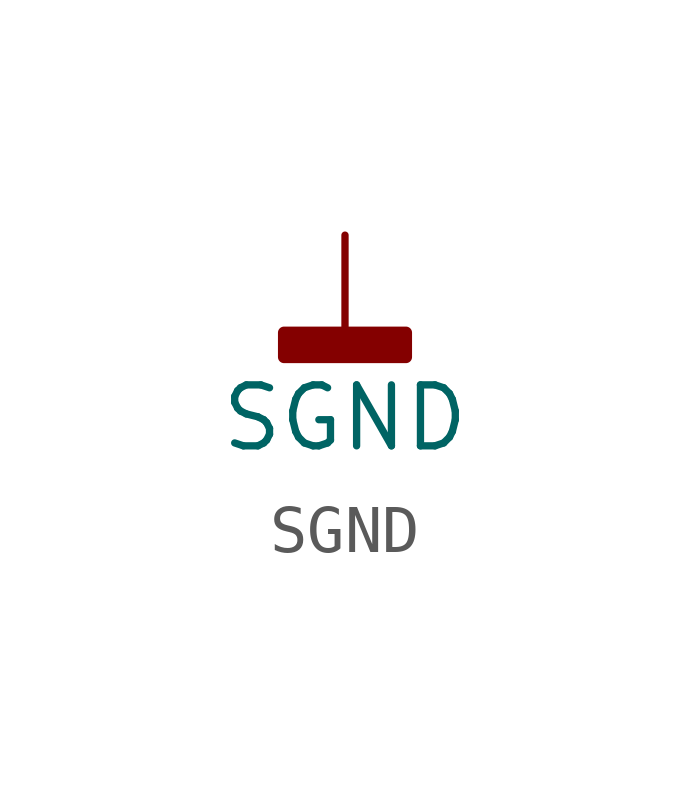
<source format=kicad_sym>
(kicad_symbol_lib
  (version 20211014)
  (generator kicad_symbol_editor)
  (symbol "SGND"
    (power)
    (pin_names
      (offset 0))
    (property "Reference" "#PWR"
      (at 0 -6.35 0)
      (effects (font (size 1.27 1.27)) hide))
    (property "Value" "SGND"
      (at 0 -3.81 0)
      (effects (font (size 1.27 1.27))))
    (symbol "SGND_0_1"
      (rectangle (start -1.27 -2.032) (end 1.27 -2.54) (stroke (width 0.254) (type default) (color 0 0 0 0)) (fill (type outline)))
      (polyline (pts (xy 0 0) (xy 0 -2.032)) (stroke (width 0) (type default) (color 0 0 0 0)) (fill (type none))))
    (symbol "SGND_1_1"
      (pin power_in line (at 0 0 270) (length 0) hide (name "SGND" (effects (font (size 1.27 1.27)))) (number "1" (effects (font (size 1.27 1.27))))))))
</source>
